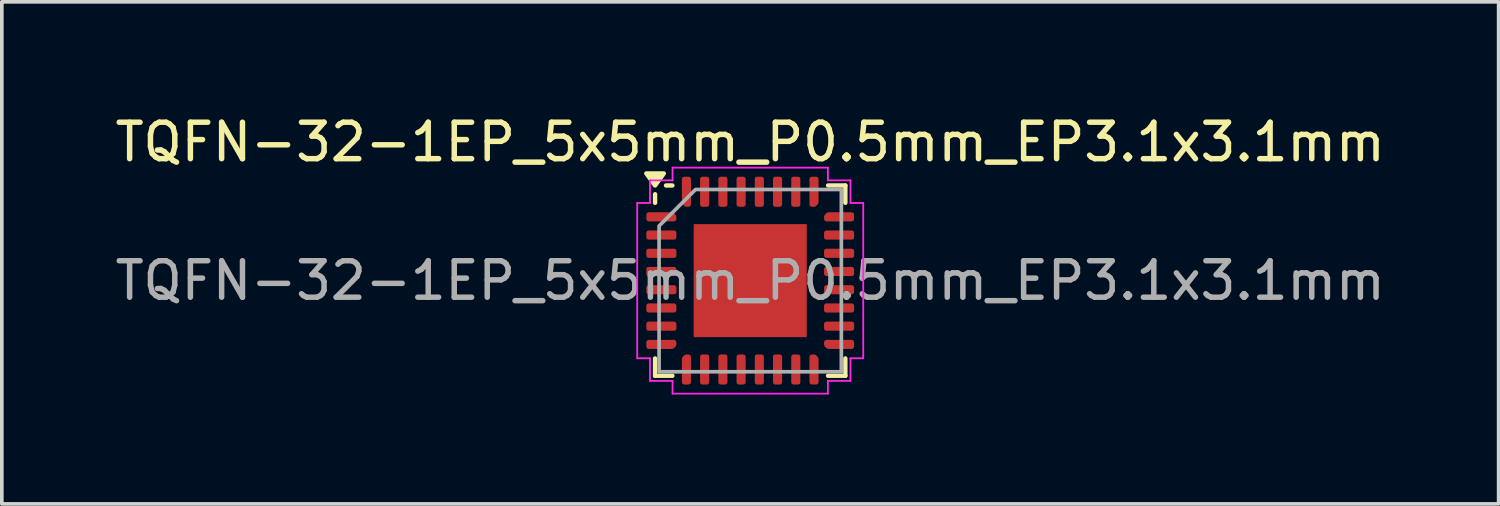
<source format=kicad_pcb>
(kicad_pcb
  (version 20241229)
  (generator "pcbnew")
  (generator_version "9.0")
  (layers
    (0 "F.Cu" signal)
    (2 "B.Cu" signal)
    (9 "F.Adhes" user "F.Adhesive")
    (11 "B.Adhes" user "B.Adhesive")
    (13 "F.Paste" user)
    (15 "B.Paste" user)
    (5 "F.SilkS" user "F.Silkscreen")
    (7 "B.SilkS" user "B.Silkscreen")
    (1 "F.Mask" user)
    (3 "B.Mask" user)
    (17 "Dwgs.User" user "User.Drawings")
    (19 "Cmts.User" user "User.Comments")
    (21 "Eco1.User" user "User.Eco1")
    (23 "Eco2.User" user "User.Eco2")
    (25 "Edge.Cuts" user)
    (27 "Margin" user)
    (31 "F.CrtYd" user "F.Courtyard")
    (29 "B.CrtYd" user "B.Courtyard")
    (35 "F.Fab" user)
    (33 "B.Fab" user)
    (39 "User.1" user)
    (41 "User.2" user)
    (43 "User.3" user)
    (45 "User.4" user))
  (footprint "TQFN-32-1EP_5x5mm_P0.5mm_EP3.1x3.1mm"
    (layer "F.Cu")
    (at 17.53 4.648)
    (property "Reference" "TQFN-32-1EP_5x5mm_P0.5mm_EP3.1x3.1mm" (at 0 -3.8 0) (layer "F.SilkS") (effects (font (size 1 1) (thickness 0.15))))
    (attr smd)
    (fp_line (start -2.61 -2.135) (end -2.61 -2.37) (stroke (width 0.12) (type solid)) (layer "F.SilkS"))
    (fp_line (start -2.61 2.61) (end -2.61 2.135) (stroke (width 0.12) (type solid)) (layer "F.SilkS"))
    (fp_line (start -2.135 -2.61) (end -2.31 -2.61) (stroke (width 0.12) (type solid)) (layer "F.SilkS"))
    (fp_line (start -2.135 2.61) (end -2.61 2.61) (stroke (width 0.12) (type solid)) (layer "F.SilkS"))
    (fp_line (start 2.135 -2.61) (end 2.61 -2.61) (stroke (width 0.12) (type solid)) (layer "F.SilkS"))
    (fp_line (start 2.135 2.61) (end 2.61 2.61) (stroke (width 0.12) (type solid)) (layer "F.SilkS"))
    (fp_line (start 2.61 -2.61) (end 2.61 -2.135) (stroke (width 0.12) (type solid)) (layer "F.SilkS"))
    (fp_line (start 2.61 2.61) (end 2.61 2.135) (stroke (width 0.12) (type solid)) (layer "F.SilkS"))
    (fp_poly (pts (xy -2.61 -2.61) (xy -2.85 -2.94) (xy -2.37 -2.94)) (stroke (width 0.12) (type solid)) (fill yes) (layer "F.SilkS"))
    (fp_line (start -3.1 -2.13) (end -2.75 -2.13) (stroke (width 0.05) (type solid)) (layer "F.CrtYd"))
    (fp_line (start -3.1 2.13) (end -3.1 -2.13) (stroke (width 0.05) (type solid)) (layer "F.CrtYd"))
    (fp_line (start -2.75 -2.75) (end -2.13 -2.75) (stroke (width 0.05) (type solid)) (layer "F.CrtYd"))
    (fp_line (start -2.75 -2.13) (end -2.75 -2.75) (stroke (width 0.05) (type solid)) (layer "F.CrtYd"))
    (fp_line (start -2.75 2.13) (end -3.1 2.13) (stroke (width 0.05) (type solid)) (layer "F.CrtYd"))
    (fp_line (start -2.75 2.75) (end -2.75 2.13) (stroke (width 0.05) (type solid)) (layer "F.CrtYd"))
    (fp_line (start -2.13 -3.1) (end 2.13 -3.1) (stroke (width 0.05) (type solid)) (layer "F.CrtYd"))
    (fp_line (start -2.13 -2.75) (end -2.13 -3.1) (stroke (width 0.05) (type solid)) (layer "F.CrtYd"))
    (fp_line (start -2.13 2.75) (end -2.75 2.75) (stroke (width 0.05) (type solid)) (layer "F.CrtYd"))
    (fp_line (start -2.13 3.1) (end -2.13 2.75) (stroke (width 0.05) (type solid)) (layer "F.CrtYd"))
    (fp_line (start 2.13 -3.1) (end 2.13 -2.75) (stroke (width 0.05) (type solid)) (layer "F.CrtYd"))
    (fp_line (start 2.13 -2.75) (end 2.75 -2.75) (stroke (width 0.05) (type solid)) (layer "F.CrtYd"))
    (fp_line (start 2.13 2.75) (end 2.13 3.1) (stroke (width 0.05) (type solid)) (layer "F.CrtYd"))
    (fp_line (start 2.13 3.1) (end -2.13 3.1) (stroke (width 0.05) (type solid)) (layer "F.CrtYd"))
    (fp_line (start 2.75 -2.75) (end 2.75 -2.13) (stroke (width 0.05) (type solid)) (layer "F.CrtYd"))
    (fp_line (start 2.75 -2.13) (end 3.1 -2.13) (stroke (width 0.05) (type solid)) (layer "F.CrtYd"))
    (fp_line (start 2.75 2.13) (end 2.75 2.75) (stroke (width 0.05) (type solid)) (layer "F.CrtYd"))
    (fp_line (start 2.75 2.75) (end 2.13 2.75) (stroke (width 0.05) (type solid)) (layer "F.CrtYd"))
    (fp_line (start 3.1 -2.13) (end 3.1 2.13) (stroke (width 0.05) (type solid)) (layer "F.CrtYd"))
    (fp_line (start 3.1 2.13) (end 2.75 2.13) (stroke (width 0.05) (type solid)) (layer "F.CrtYd"))
    (fp_poly (pts (xy -2.5 -1.5) (xy -2.5 2.5) (xy 2.5 2.5) (xy 2.5 -2.5) (xy -1.5 -2.5)) (stroke (width 0.1) (type solid)) (fill no) (layer "F.Fab"))
    (fp_text user "${REFERENCE}" (at 0 0 0) (layer "F.Fab") (effects (font (size 1 1) (thickness 0.15))))
    (pad "" smd roundrect (at -0.775 -0.775) (size 1.25 1.25) (layers "F.Paste") (roundrect_rratio 0.2))
    (pad "" smd roundrect (at -0.775 0.775) (size 1.25 1.25) (layers "F.Paste") (roundrect_rratio 0.2))
    (pad "" smd roundrect (at 0.775 -0.775) (size 1.25 1.25) (layers "F.Paste") (roundrect_rratio 0.2))
    (pad "" smd roundrect (at 0.775 0.775) (size 1.25 1.25) (layers "F.Paste") (roundrect_rratio 0.2))
    (pad "1" smd custom (at -2.438 -1.75) (size 0.186 0.186) (layers "F.Cu" "F.Mask" "F.Paste") (options (anchor circle)) (primitives (gr_poly (pts (xy -0.35 -0.062) (xy 0.297 -0.062) (xy 0.35 -0.009) (xy 0.35 0.062) (xy -0.35 0.062)) (width 0.125) (fill yes))))
    (pad "2" smd roundrect (at -2.438 -1.25) (size 0.825 0.25) (layers "F.Cu" "F.Mask" "F.Paste") (roundrect_rratio 0.25))
    (pad "3" smd roundrect (at -2.438 -0.75) (size 0.825 0.25) (layers "F.Cu" "F.Mask" "F.Paste") (roundrect_rratio 0.25))
    (pad "4" smd roundrect (at -2.438 -0.25) (size 0.825 0.25) (layers "F.Cu" "F.Mask" "F.Paste") (roundrect_rratio 0.25))
    (pad "5" smd roundrect (at -2.438 0.25) (size 0.825 0.25) (layers "F.Cu" "F.Mask" "F.Paste") (roundrect_rratio 0.25))
    (pad "6" smd roundrect (at -2.438 0.75) (size 0.825 0.25) (layers "F.Cu" "F.Mask" "F.Paste") (roundrect_rratio 0.25))
    (pad "7" smd roundrect (at -2.438 1.25) (size 0.825 0.25) (layers "F.Cu" "F.Mask" "F.Paste") (roundrect_rratio 0.25))
    (pad "8" smd custom (at -2.438 1.75) (size 0.186 0.186) (layers "F.Cu" "F.Mask" "F.Paste") (options (anchor circle)) (primitives (gr_poly (pts (xy -0.35 -0.062) (xy 0.35 -0.062) (xy 0.35 0.009) (xy 0.297 0.062) (xy -0.35 0.062)) (width 0.125) (fill yes))))
    (pad "9" smd custom (at -1.75 2.438) (size 0.186 0.186) (layers "F.Cu" "F.Mask" "F.Paste") (options (anchor circle)) (primitives (gr_poly (pts (xy -0.062 -0.297) (xy -0.009 -0.35) (xy 0.062 -0.35) (xy 0.062 0.35) (xy -0.062 0.35)) (width 0.125) (fill yes))))
    (pad "10" smd roundrect (at -1.25 2.438) (size 0.25 0.825) (layers "F.Cu" "F.Mask" "F.Paste") (roundrect_rratio 0.25))
    (pad "11" smd roundrect (at -0.75 2.438) (size 0.25 0.825) (layers "F.Cu" "F.Mask" "F.Paste") (roundrect_rratio 0.25))
    (pad "12" smd roundrect (at -0.25 2.438) (size 0.25 0.825) (layers "F.Cu" "F.Mask" "F.Paste") (roundrect_rratio 0.25))
    (pad "13" smd roundrect (at 0.25 2.438) (size 0.25 0.825) (layers "F.Cu" "F.Mask" "F.Paste") (roundrect_rratio 0.25))
    (pad "14" smd roundrect (at 0.75 2.438) (size 0.25 0.825) (layers "F.Cu" "F.Mask" "F.Paste") (roundrect_rratio 0.25))
    (pad "15" smd roundrect (at 1.25 2.438) (size 0.25 0.825) (layers "F.Cu" "F.Mask" "F.Paste") (roundrect_rratio 0.25))
    (pad "16" smd custom (at 1.75 2.438) (size 0.186 0.186) (layers "F.Cu" "F.Mask" "F.Paste") (options (anchor circle)) (primitives (gr_poly (pts (xy -0.062 -0.35) (xy 0.009 -0.35) (xy 0.062 -0.297) (xy 0.062 0.35) (xy -0.062 0.35)) (width 0.125) (fill yes))))
    (pad "17" smd custom (at 2.438 1.75) (size 0.186 0.186) (layers "F.Cu" "F.Mask" "F.Paste") (options (anchor circle)) (primitives (gr_poly (pts (xy -0.35 -0.062) (xy 0.35 -0.062) (xy 0.35 0.062) (xy -0.297 0.062) (xy -0.35 0.009)) (width 0.125) (fill yes))))
    (pad "18" smd roundrect (at 2.438 1.25) (size 0.825 0.25) (layers "F.Cu" "F.Mask" "F.Paste") (roundrect_rratio 0.25))
    (pad "19" smd roundrect (at 2.438 0.75) (size 0.825 0.25) (layers "F.Cu" "F.Mask" "F.Paste") (roundrect_rratio 0.25))
    (pad "20" smd roundrect (at 2.438 0.25) (size 0.825 0.25) (layers "F.Cu" "F.Mask" "F.Paste") (roundrect_rratio 0.25))
    (pad "21" smd roundrect (at 2.438 -0.25) (size 0.825 0.25) (layers "F.Cu" "F.Mask" "F.Paste") (roundrect_rratio 0.25))
    (pad "22" smd roundrect (at 2.438 -0.75) (size 0.825 0.25) (layers "F.Cu" "F.Mask" "F.Paste") (roundrect_rratio 0.25))
    (pad "23" smd roundrect (at 2.438 -1.25) (size 0.825 0.25) (layers "F.Cu" "F.Mask" "F.Paste") (roundrect_rratio 0.25))
    (pad "24" smd custom (at 2.438 -1.75) (size 0.186 0.186) (layers "F.Cu" "F.Mask" "F.Paste") (options (anchor circle)) (primitives (gr_poly (pts (xy -0.35 -0.009) (xy -0.297 -0.062) (xy 0.35 -0.062) (xy 0.35 0.062) (xy -0.35 0.062)) (width 0.125) (fill yes))))
    (pad "25" smd custom (at 1.75 -2.438) (size 0.186 0.186) (layers "F.Cu" "F.Mask" "F.Paste") (options (anchor circle)) (primitives (gr_poly (pts (xy -0.062 -0.35) (xy 0.062 -0.35) (xy 0.062 0.297) (xy 0.009 0.35) (xy -0.062 0.35)) (width 0.125) (fill yes))))
    (pad "26" smd roundrect (at 1.25 -2.438) (size 0.25 0.825) (layers "F.Cu" "F.Mask" "F.Paste") (roundrect_rratio 0.25))
    (pad "27" smd roundrect (at 0.75 -2.438) (size 0.25 0.825) (layers "F.Cu" "F.Mask" "F.Paste") (roundrect_rratio 0.25))
    (pad "28" smd roundrect (at 0.25 -2.438) (size 0.25 0.825) (layers "F.Cu" "F.Mask" "F.Paste") (roundrect_rratio 0.25))
    (pad "29" smd roundrect (at -0.25 -2.438) (size 0.25 0.825) (layers "F.Cu" "F.Mask" "F.Paste") (roundrect_rratio 0.25))
    (pad "30" smd roundrect (at -0.75 -2.438) (size 0.25 0.825) (layers "F.Cu" "F.Mask" "F.Paste") (roundrect_rratio 0.25))
    (pad "31" smd roundrect (at -1.25 -2.438) (size 0.25 0.825) (layers "F.Cu" "F.Mask" "F.Paste") (roundrect_rratio 0.25))
    (pad "32" smd custom (at -1.75 -2.438) (size 0.186 0.186) (layers "F.Cu" "F.Mask" "F.Paste") (options (anchor circle)) (primitives (gr_poly (pts (xy -0.062 -0.35) (xy 0.062 -0.35) (xy 0.062 0.35) (xy -0.009 0.35) (xy -0.062 0.297)) (width 0.125) (fill yes))))
    (pad "33" smd rect (at 0 0) (size 3.1 3.1) (property pad_prop_heatsink) (layers "F.Cu" "F.Mask")))
  (gr_rect
    (start -3 -3)
    (end 38.06 10.773)
    (stroke (width 0.1) (type default))
    (fill no)
    (layer "Edge.Cuts")))
</source>
